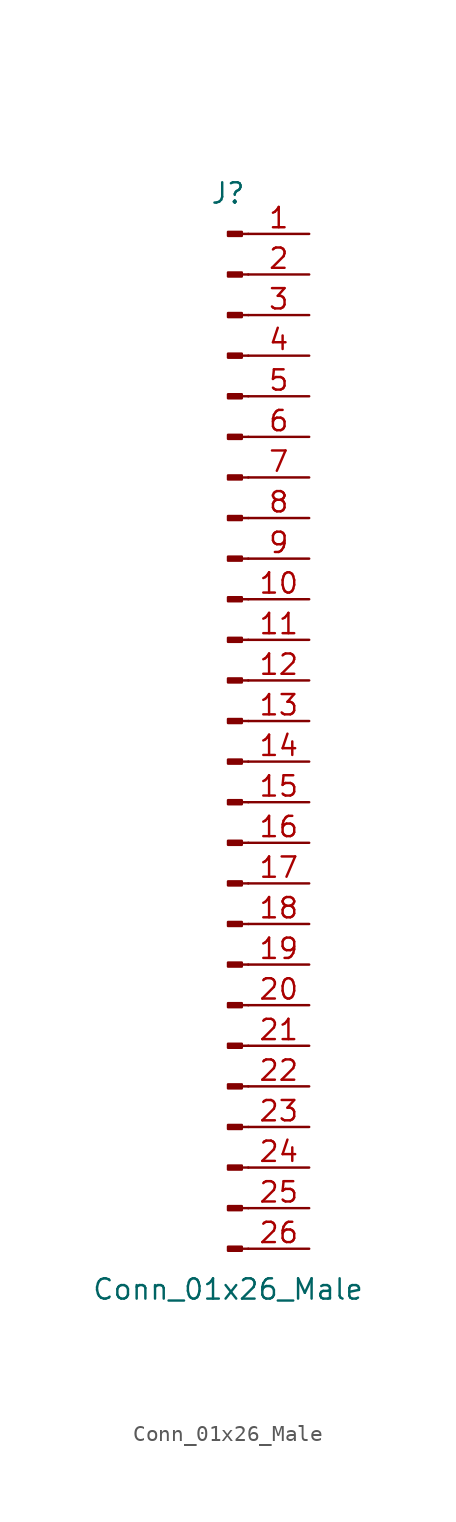
<source format=kicad_sym>
(kicad_symbol_lib
  (version 20211014)
  (generator kicad_symbol_editor)
  (symbol "Conn_01x26_Male"
    (pin_names
      (offset 1.016) hide)
    (property "Reference" "J"
      (at 0 33.02 0)
      (effects (font (size 1.27 1.27))))
    (property "Value" "Conn_01x26_Male"
      (at 0 -35.56 0)
      (effects (font (size 1.27 1.27))))
    (symbol "Conn_01x26_Male_1_1"
      (polyline (pts (xy 1.27 -33.02) (xy 0.864 -33.02)) (stroke (width 0.152) (type default) (color 0 0 0 0)) (fill (type none)))
      (polyline (pts (xy 1.27 -30.48) (xy 0.864 -30.48)) (stroke (width 0.152) (type default) (color 0 0 0 0)) (fill (type none)))
      (polyline (pts (xy 1.27 -27.94) (xy 0.864 -27.94)) (stroke (width 0.152) (type default) (color 0 0 0 0)) (fill (type none)))
      (polyline (pts (xy 1.27 -25.4) (xy 0.864 -25.4)) (stroke (width 0.152) (type default) (color 0 0 0 0)) (fill (type none)))
      (polyline (pts (xy 1.27 -22.86) (xy 0.864 -22.86)) (stroke (width 0.152) (type default) (color 0 0 0 0)) (fill (type none)))
      (polyline (pts (xy 1.27 -20.32) (xy 0.864 -20.32)) (stroke (width 0.152) (type default) (color 0 0 0 0)) (fill (type none)))
      (polyline (pts (xy 1.27 -17.78) (xy 0.864 -17.78)) (stroke (width 0.152) (type default) (color 0 0 0 0)) (fill (type none)))
      (polyline (pts (xy 1.27 -15.24) (xy 0.864 -15.24)) (stroke (width 0.152) (type default) (color 0 0 0 0)) (fill (type none)))
      (polyline (pts (xy 1.27 -12.7) (xy 0.864 -12.7)) (stroke (width 0.152) (type default) (color 0 0 0 0)) (fill (type none)))
      (polyline (pts (xy 1.27 -10.16) (xy 0.864 -10.16)) (stroke (width 0.152) (type default) (color 0 0 0 0)) (fill (type none)))
      (polyline (pts (xy 1.27 -7.62) (xy 0.864 -7.62)) (stroke (width 0.152) (type default) (color 0 0 0 0)) (fill (type none)))
      (polyline (pts (xy 1.27 -5.08) (xy 0.864 -5.08)) (stroke (width 0.152) (type default) (color 0 0 0 0)) (fill (type none)))
      (polyline (pts (xy 1.27 -2.54) (xy 0.864 -2.54)) (stroke (width 0.152) (type default) (color 0 0 0 0)) (fill (type none)))
      (polyline (pts (xy 1.27 0) (xy 0.864 0)) (stroke (width 0.152) (type default) (color 0 0 0 0)) (fill (type none)))
      (polyline (pts (xy 1.27 2.54) (xy 0.864 2.54)) (stroke (width 0.152) (type default) (color 0 0 0 0)) (fill (type none)))
      (polyline (pts (xy 1.27 5.08) (xy 0.864 5.08)) (stroke (width 0.152) (type default) (color 0 0 0 0)) (fill (type none)))
      (polyline (pts (xy 1.27 7.62) (xy 0.864 7.62)) (stroke (width 0.152) (type default) (color 0 0 0 0)) (fill (type none)))
      (polyline (pts (xy 1.27 10.16) (xy 0.864 10.16)) (stroke (width 0.152) (type default) (color 0 0 0 0)) (fill (type none)))
      (polyline (pts (xy 1.27 12.7) (xy 0.864 12.7)) (stroke (width 0.152) (type default) (color 0 0 0 0)) (fill (type none)))
      (polyline (pts (xy 1.27 15.24) (xy 0.864 15.24)) (stroke (width 0.152) (type default) (color 0 0 0 0)) (fill (type none)))
      (polyline (pts (xy 1.27 17.78) (xy 0.864 17.78)) (stroke (width 0.152) (type default) (color 0 0 0 0)) (fill (type none)))
      (polyline (pts (xy 1.27 20.32) (xy 0.864 20.32)) (stroke (width 0.152) (type default) (color 0 0 0 0)) (fill (type none)))
      (polyline (pts (xy 1.27 22.86) (xy 0.864 22.86)) (stroke (width 0.152) (type default) (color 0 0 0 0)) (fill (type none)))
      (polyline (pts (xy 1.27 25.4) (xy 0.864 25.4)) (stroke (width 0.152) (type default) (color 0 0 0 0)) (fill (type none)))
      (polyline (pts (xy 1.27 27.94) (xy 0.864 27.94)) (stroke (width 0.152) (type default) (color 0 0 0 0)) (fill (type none)))
      (polyline (pts (xy 1.27 30.48) (xy 0.864 30.48)) (stroke (width 0.152) (type default) (color 0 0 0 0)) (fill (type none)))
      (rectangle (start 0.864 -32.893) (end 0 -33.147) (stroke (width 0.152) (type default) (color 0 0 0 0)) (fill (type outline)))
      (rectangle (start 0.864 -30.353) (end 0 -30.607) (stroke (width 0.152) (type default) (color 0 0 0 0)) (fill (type outline)))
      (rectangle (start 0.864 -27.813) (end 0 -28.067) (stroke (width 0.152) (type default) (color 0 0 0 0)) (fill (type outline)))
      (rectangle (start 0.864 -25.273) (end 0 -25.527) (stroke (width 0.152) (type default) (color 0 0 0 0)) (fill (type outline)))
      (rectangle (start 0.864 -22.733) (end 0 -22.987) (stroke (width 0.152) (type default) (color 0 0 0 0)) (fill (type outline)))
      (rectangle (start 0.864 -20.193) (end 0 -20.447) (stroke (width 0.152) (type default) (color 0 0 0 0)) (fill (type outline)))
      (rectangle (start 0.864 -17.653) (end 0 -17.907) (stroke (width 0.152) (type default) (color 0 0 0 0)) (fill (type outline)))
      (rectangle (start 0.864 -15.113) (end 0 -15.367) (stroke (width 0.152) (type default) (color 0 0 0 0)) (fill (type outline)))
      (rectangle (start 0.864 -12.573) (end 0 -12.827) (stroke (width 0.152) (type default) (color 0 0 0 0)) (fill (type outline)))
      (rectangle (start 0.864 -10.033) (end 0 -10.287) (stroke (width 0.152) (type default) (color 0 0 0 0)) (fill (type outline)))
      (rectangle (start 0.864 -7.493) (end 0 -7.747) (stroke (width 0.152) (type default) (color 0 0 0 0)) (fill (type outline)))
      (rectangle (start 0.864 -4.953) (end 0 -5.207) (stroke (width 0.152) (type default) (color 0 0 0 0)) (fill (type outline)))
      (rectangle (start 0.864 -2.413) (end 0 -2.667) (stroke (width 0.152) (type default) (color 0 0 0 0)) (fill (type outline)))
      (rectangle (start 0.864 0.127) (end 0 -0.127) (stroke (width 0.152) (type default) (color 0 0 0 0)) (fill (type outline)))
      (rectangle (start 0.864 2.667) (end 0 2.413) (stroke (width 0.152) (type default) (color 0 0 0 0)) (fill (type outline)))
      (rectangle (start 0.864 5.207) (end 0 4.953) (stroke (width 0.152) (type default) (color 0 0 0 0)) (fill (type outline)))
      (rectangle (start 0.864 7.747) (end 0 7.493) (stroke (width 0.152) (type default) (color 0 0 0 0)) (fill (type outline)))
      (rectangle (start 0.864 10.287) (end 0 10.033) (stroke (width 0.152) (type default) (color 0 0 0 0)) (fill (type outline)))
      (rectangle (start 0.864 12.827) (end 0 12.573) (stroke (width 0.152) (type default) (color 0 0 0 0)) (fill (type outline)))
      (rectangle (start 0.864 15.367) (end 0 15.113) (stroke (width 0.152) (type default) (color 0 0 0 0)) (fill (type outline)))
      (rectangle (start 0.864 17.907) (end 0 17.653) (stroke (width 0.152) (type default) (color 0 0 0 0)) (fill (type outline)))
      (rectangle (start 0.864 20.447) (end 0 20.193) (stroke (width 0.152) (type default) (color 0 0 0 0)) (fill (type outline)))
      (rectangle (start 0.864 22.987) (end 0 22.733) (stroke (width 0.152) (type default) (color 0 0 0 0)) (fill (type outline)))
      (rectangle (start 0.864 25.527) (end 0 25.273) (stroke (width 0.152) (type default) (color 0 0 0 0)) (fill (type outline)))
      (rectangle (start 0.864 28.067) (end 0 27.813) (stroke (width 0.152) (type default) (color 0 0 0 0)) (fill (type outline)))
      (rectangle (start 0.864 30.607) (end 0 30.353) (stroke (width 0.152) (type default) (color 0 0 0 0)) (fill (type outline)))
      (pin passive line (at 5.08 30.48 180) (length 3.81) (name "Pin_1" (effects (font (size 1.27 1.27)))) (number "1" (effects (font (size 1.27 1.27)))))
      (pin passive line (at 5.08 7.62 180) (length 3.81) (name "Pin_10" (effects (font (size 1.27 1.27)))) (number "10" (effects (font (size 1.27 1.27)))))
      (pin passive line (at 5.08 5.08 180) (length 3.81) (name "Pin_11" (effects (font (size 1.27 1.27)))) (number "11" (effects (font (size 1.27 1.27)))))
      (pin passive line (at 5.08 2.54 180) (length 3.81) (name "Pin_12" (effects (font (size 1.27 1.27)))) (number "12" (effects (font (size 1.27 1.27)))))
      (pin passive line (at 5.08 0 180) (length 3.81) (name "Pin_13" (effects (font (size 1.27 1.27)))) (number "13" (effects (font (size 1.27 1.27)))))
      (pin passive line (at 5.08 -2.54 180) (length 3.81) (name "Pin_14" (effects (font (size 1.27 1.27)))) (number "14" (effects (font (size 1.27 1.27)))))
      (pin passive line (at 5.08 -5.08 180) (length 3.81) (name "Pin_15" (effects (font (size 1.27 1.27)))) (number "15" (effects (font (size 1.27 1.27)))))
      (pin passive line (at 5.08 -7.62 180) (length 3.81) (name "Pin_16" (effects (font (size 1.27 1.27)))) (number "16" (effects (font (size 1.27 1.27)))))
      (pin passive line (at 5.08 -10.16 180) (length 3.81) (name "Pin_17" (effects (font (size 1.27 1.27)))) (number "17" (effects (font (size 1.27 1.27)))))
      (pin passive line (at 5.08 -12.7 180) (length 3.81) (name "Pin_18" (effects (font (size 1.27 1.27)))) (number "18" (effects (font (size 1.27 1.27)))))
      (pin passive line (at 5.08 -15.24 180) (length 3.81) (name "Pin_19" (effects (font (size 1.27 1.27)))) (number "19" (effects (font (size 1.27 1.27)))))
      (pin passive line (at 5.08 27.94 180) (length 3.81) (name "Pin_2" (effects (font (size 1.27 1.27)))) (number "2" (effects (font (size 1.27 1.27)))))
      (pin passive line (at 5.08 -17.78 180) (length 3.81) (name "Pin_20" (effects (font (size 1.27 1.27)))) (number "20" (effects (font (size 1.27 1.27)))))
      (pin passive line (at 5.08 -20.32 180) (length 3.81) (name "Pin_21" (effects (font (size 1.27 1.27)))) (number "21" (effects (font (size 1.27 1.27)))))
      (pin passive line (at 5.08 -22.86 180) (length 3.81) (name "Pin_22" (effects (font (size 1.27 1.27)))) (number "22" (effects (font (size 1.27 1.27)))))
      (pin passive line (at 5.08 -25.4 180) (length 3.81) (name "Pin_23" (effects (font (size 1.27 1.27)))) (number "23" (effects (font (size 1.27 1.27)))))
      (pin passive line (at 5.08 -27.94 180) (length 3.81) (name "Pin_24" (effects (font (size 1.27 1.27)))) (number "24" (effects (font (size 1.27 1.27)))))
      (pin passive line (at 5.08 -30.48 180) (length 3.81) (name "Pin_25" (effects (font (size 1.27 1.27)))) (number "25" (effects (font (size 1.27 1.27)))))
      (pin passive line (at 5.08 -33.02 180) (length 3.81) (name "Pin_26" (effects (font (size 1.27 1.27)))) (number "26" (effects (font (size 1.27 1.27)))))
      (pin passive line (at 5.08 25.4 180) (length 3.81) (name "Pin_3" (effects (font (size 1.27 1.27)))) (number "3" (effects (font (size 1.27 1.27)))))
      (pin passive line (at 5.08 22.86 180) (length 3.81) (name "Pin_4" (effects (font (size 1.27 1.27)))) (number "4" (effects (font (size 1.27 1.27)))))
      (pin passive line (at 5.08 20.32 180) (length 3.81) (name "Pin_5" (effects (font (size 1.27 1.27)))) (number "5" (effects (font (size 1.27 1.27)))))
      (pin passive line (at 5.08 17.78 180) (length 3.81) (name "Pin_6" (effects (font (size 1.27 1.27)))) (number "6" (effects (font (size 1.27 1.27)))))
      (pin passive line (at 5.08 15.24 180) (length 3.81) (name "Pin_7" (effects (font (size 1.27 1.27)))) (number "7" (effects (font (size 1.27 1.27)))))
      (pin passive line (at 5.08 12.7 180) (length 3.81) (name "Pin_8" (effects (font (size 1.27 1.27)))) (number "8" (effects (font (size 1.27 1.27)))))
      (pin passive line (at 5.08 10.16 180) (length 3.81) (name "Pin_9" (effects (font (size 1.27 1.27)))) (number "9" (effects (font (size 1.27 1.27))))))))
</source>
